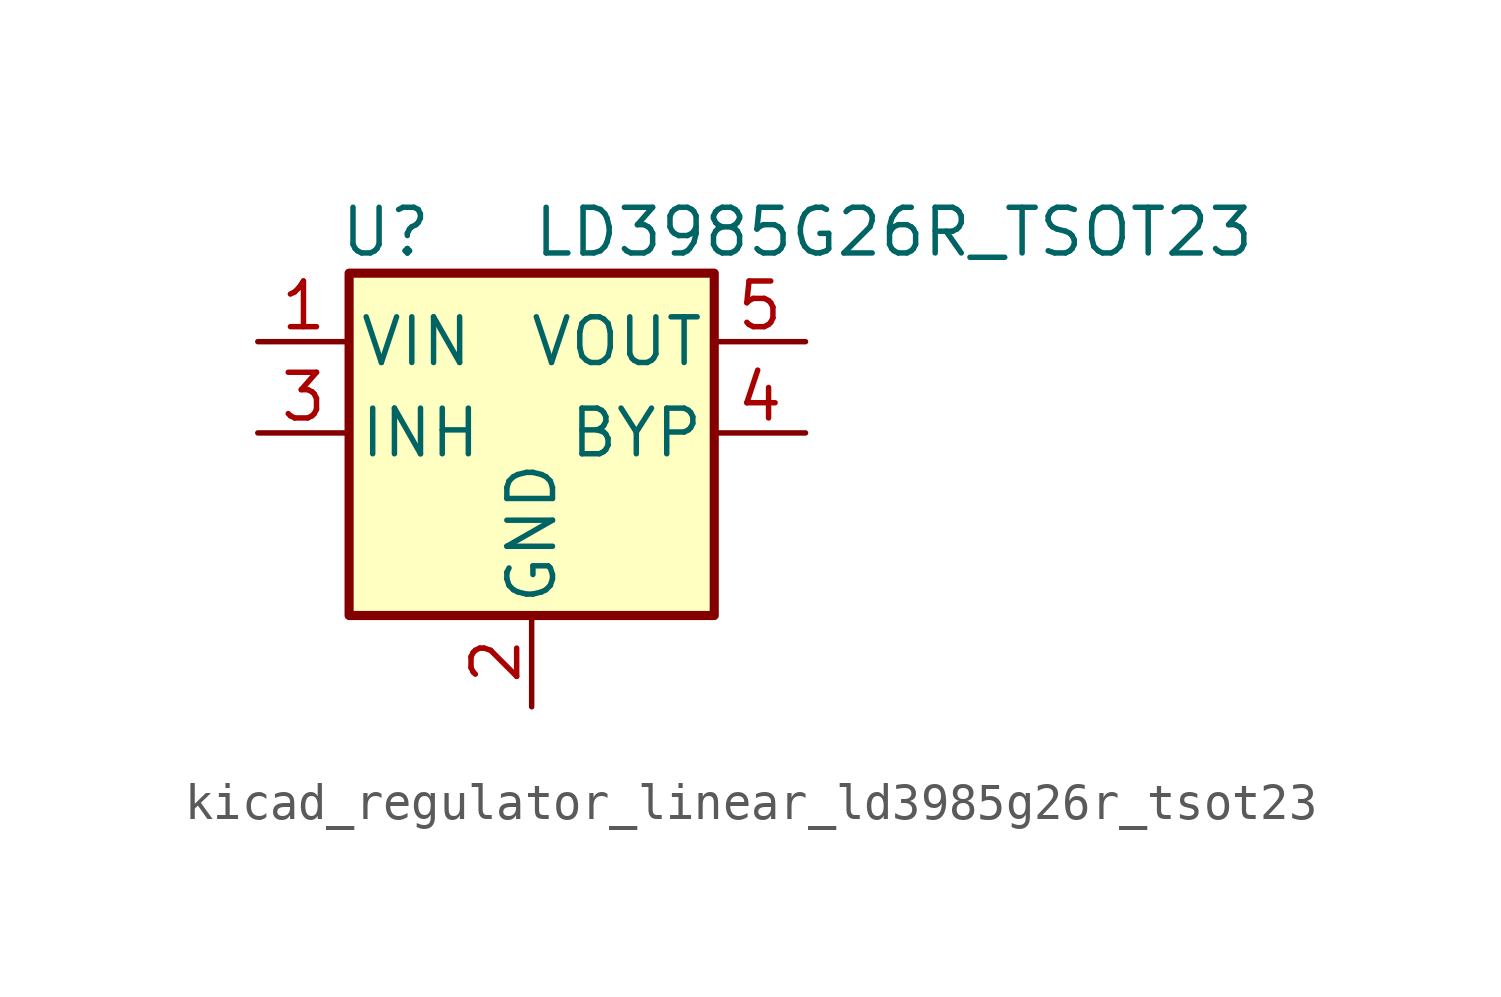
<source format=kicad_sym>
(kicad_symbol_lib
  (version 20220914)
  (generator kicad_symbol_editor)
  (symbol "kicad_regulator_linear_ld3985g26r_tsot23"
    (pin_names
      (offset 0.254))
    (property "Reference" "U"
      (at -4.064 5.588 0)
      (effects (font (size 1.27 1.27))))
    (property "Value" "LD3985G26R_TSOT23"
      (at 0 5.588 0)
      (effects (font (size 1.27 1.27)) (justify left)))
    (symbol "kicad_regulator_linear_ld3985g26r_tsot23_0_1"
      (rectangle (start -5.08 4.445) (end 5.08 -5.08) (stroke (width 0.254) (type default)) (fill (type background))))
    (symbol "kicad_regulator_linear_ld3985g26r_tsot23_1_1"
      (pin power_in line (at -7.62 2.54 0) (length 2.54) (name "VIN" (effects (font (size 1.27 1.27)))) (number "1" (effects (font (size 1.27 1.27)))))
      (pin power_in line (at 0 -7.62 90) (length 2.54) (name "GND" (effects (font (size 1.27 1.27)))) (number "2" (effects (font (size 1.27 1.27)))))
      (pin input line (at -7.62 0 0) (length 2.54) (name "INH" (effects (font (size 1.27 1.27)))) (number "3" (effects (font (size 1.27 1.27)))))
      (pin input line (at 7.62 0 180) (length 2.54) (name "BYP" (effects (font (size 1.27 1.27)))) (number "4" (effects (font (size 1.27 1.27)))))
      (pin power_out line (at 7.62 2.54 180) (length 2.54) (name "VOUT" (effects (font (size 1.27 1.27)))) (number "5" (effects (font (size 1.27 1.27))))))))
</source>
